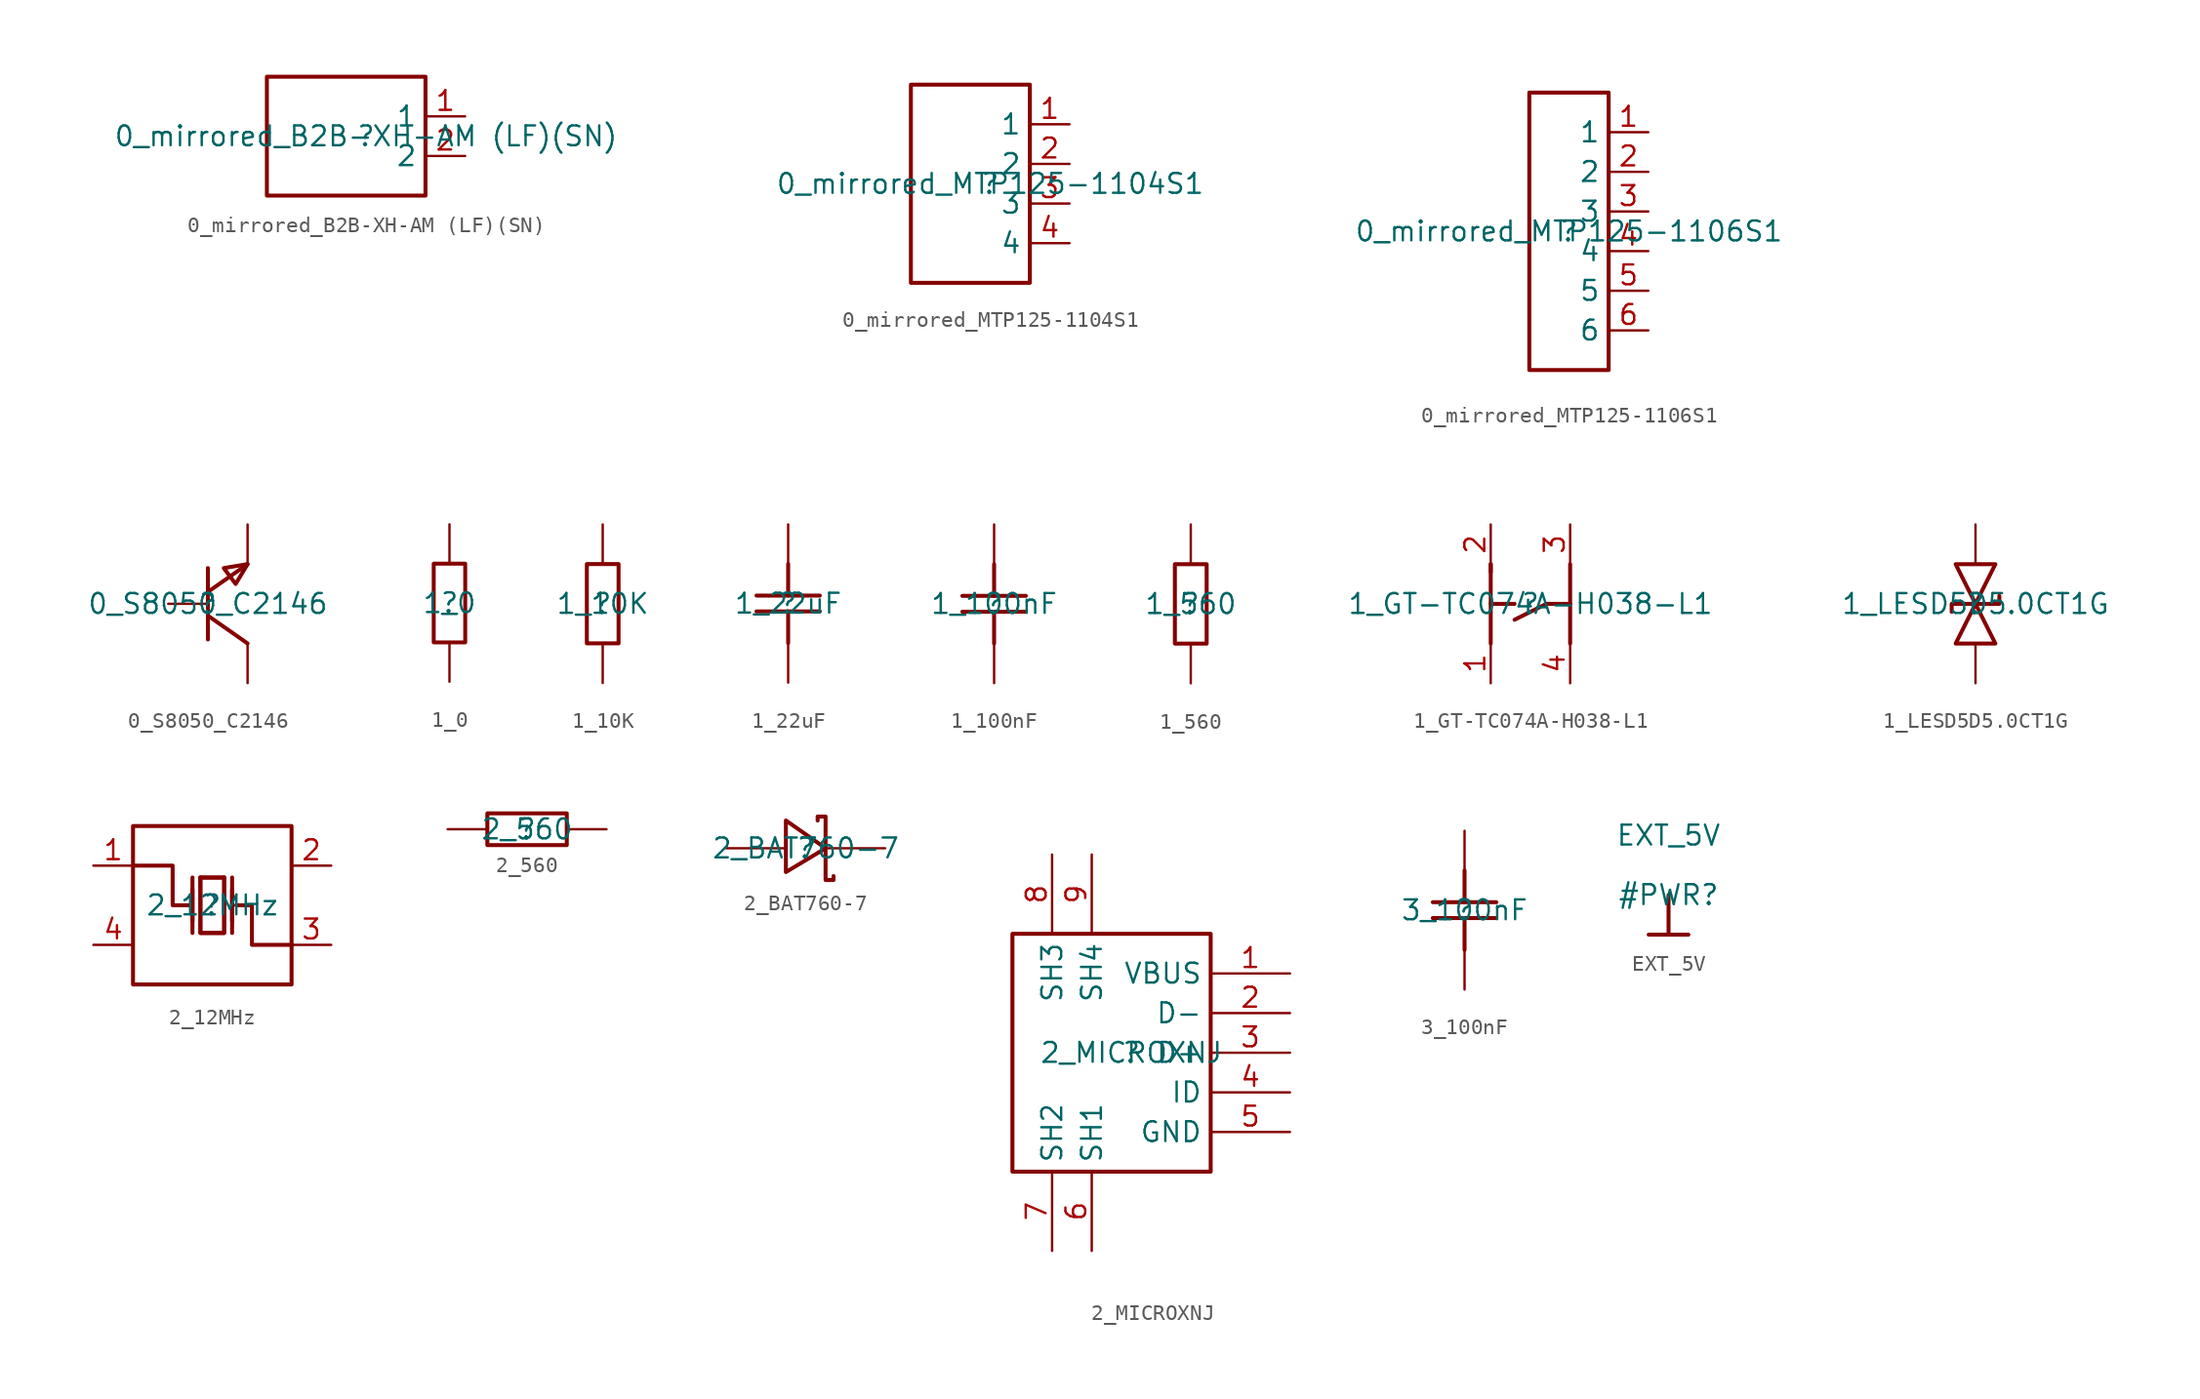
<source format=kicad_sym>
(kicad_symbol_lib
  (version 20220102)
  (generator kicad_symbol_editor)
  (symbol "0_mirrored_B2B-XH-AM (LF)(SN)"
    (property "Reference" ""
      (at 0 0 0)
      (effects (font (size 1.27 1.27))))
    (property "Value" "0_mirrored_B2B-XH-AM (LF)(SN)"
      (at 0 0 0)
      (effects (font (size 1.27 1.27))))
    (symbol "0_mirrored_B2B-XH-AM (LF)(SN)_1_0"
      (rectangle (start 3.81 3.81) (end -6.35 -3.81) (stroke (width 0.254) (type default)) (fill (type none)))
      (pin passive line (at 6.35 1.27 180) (length 2.54) (name "1" (effects (font (size 1.27 1.27)))) (number "1" (effects (font (size 1.27 1.27)))))
      (pin passive line (at 6.35 -1.27 180) (length 2.54) (name "2" (effects (font (size 1.27 1.27)))) (number "2" (effects (font (size 1.27 1.27)))))))
  (symbol "0_mirrored_MTP125-1104S1"
    (property "Reference" ""
      (at 0 0 0)
      (effects (font (size 1.27 1.27))))
    (property "Value" "0_mirrored_MTP125-1104S1"
      (at 0 0 0)
      (effects (font (size 1.27 1.27))))
    (symbol "0_mirrored_MTP125-1104S1_1_0"
      (rectangle (start 2.54 6.35) (end -5.08 -6.35) (stroke (width 0.254) (type default)) (fill (type none)))
      (pin passive line (at 5.08 3.81 180) (length 2.54) (name "1" (effects (font (size 1.27 1.27)))) (number "1" (effects (font (size 1.27 1.27)))))
      (pin passive line (at 5.08 1.27 180) (length 2.54) (name "2" (effects (font (size 1.27 1.27)))) (number "2" (effects (font (size 1.27 1.27)))))
      (pin passive line (at 5.08 -1.27 180) (length 2.54) (name "3" (effects (font (size 1.27 1.27)))) (number "3" (effects (font (size 1.27 1.27)))))
      (pin passive line (at 5.08 -3.81 180) (length 2.54) (name "4" (effects (font (size 1.27 1.27)))) (number "4" (effects (font (size 1.27 1.27)))))))
  (symbol "0_mirrored_MTP125-1106S1"
    (property "Reference" ""
      (at 0 0 0)
      (effects (font (size 1.27 1.27))))
    (property "Value" "0_mirrored_MTP125-1106S1"
      (at 0 0 0)
      (effects (font (size 1.27 1.27))))
    (symbol "0_mirrored_MTP125-1106S1_1_0"
      (rectangle (start 2.54 8.89) (end -2.54 -8.89) (stroke (width 0.254) (type default)) (fill (type none)))
      (pin passive line (at 5.08 6.35 180) (length 2.54) (name "1" (effects (font (size 1.27 1.27)))) (number "1" (effects (font (size 1.27 1.27)))))
      (pin passive line (at 5.08 3.81 180) (length 2.54) (name "2" (effects (font (size 1.27 1.27)))) (number "2" (effects (font (size 1.27 1.27)))))
      (pin passive line (at 5.08 1.27 180) (length 2.54) (name "3" (effects (font (size 1.27 1.27)))) (number "3" (effects (font (size 1.27 1.27)))))
      (pin passive line (at 5.08 -1.27 180) (length 2.54) (name "4" (effects (font (size 1.27 1.27)))) (number "4" (effects (font (size 1.27 1.27)))))
      (pin passive line (at 5.08 -3.81 180) (length 2.54) (name "5" (effects (font (size 1.27 1.27)))) (number "5" (effects (font (size 1.27 1.27)))))
      (pin passive line (at 5.08 -6.35 180) (length 2.54) (name "6" (effects (font (size 1.27 1.27)))) (number "6" (effects (font (size 1.27 1.27)))))))
  (symbol "0_S8050_C2146"
    (property "Reference" ""
      (at 0 0 0)
      (effects (font (size 1.27 1.27))))
    (property "Value" "0_S8050_C2146"
      (at 0 0 0)
      (effects (font (size 1.27 1.27))))
    (symbol "0_S8050_C2146_1_0"
      (polyline (pts (xy 0 -2.286) (xy 0 2.286)) (stroke (width 0.254) (type default)) (fill (type none)))
      (polyline (pts (xy 0 0.762) (xy 2.54 2.54)) (stroke (width 0.254) (type default)) (fill (type none)))
      (polyline (pts (xy 2.54 -2.54) (xy 0 -0.762)) (stroke (width 0.254) (type default)) (fill (type none)))
      (polyline (pts (xy 2.54 2.54) (xy 1.778 1.27) (xy 1.778 1.27) (xy 1.016 2.286) (xy 1.016 2.286) (xy 2.54 2.54)) (stroke (width 0.254) (type default)) (fill (type none)))
      (pin passive line (at -2.54 0 0) (length 2.54) (name "B" (effects (font (size 0 0)))) (number "1" (effects (font (size 0 0)))))
      (pin passive line (at 2.54 5.08 270) (length 2.54) (name "E" (effects (font (size 0 0)))) (number "2" (effects (font (size 0 0)))))
      (pin passive line (at 2.54 -5.08 90) (length 2.54) (name "C" (effects (font (size 0 0)))) (number "3" (effects (font (size 0 0)))))))
  (symbol "1_0"
    (property "Reference" ""
      (at 0 0 0)
      (effects (font (size 1.27 1.27))))
    (property "Value" "1_0"
      (at 0 0 0)
      (effects (font (size 1.27 1.27))))
    (symbol "1_0_1_0"
      (rectangle (start 1.016 2.54) (end -1.016 -2.54) (stroke (width 0.254) (type default)) (fill (type none)))
      (pin passive line (at 0 -5.08 90) (length 2.54) (name "1" (effects (font (size 0 0)))) (number "1" (effects (font (size 0 0)))))
      (pin passive line (at 0 5.08 270) (length 2.54) (name "2" (effects (font (size 0 0)))) (number "2" (effects (font (size 0 0)))))))
  (symbol "1_10K"
    (property "Reference" ""
      (at 0 0 0)
      (effects (font (size 1.27 1.27))))
    (property "Value" "1_10K"
      (at 0 0 0)
      (effects (font (size 1.27 1.27))))
    (symbol "1_10K_1_0"
      (rectangle (start 1.016 2.54) (end -1.016 -2.54) (stroke (width 0.254) (type default)) (fill (type none)))
      (pin passive line (at 0 -5.08 90) (length 2.54) (name "1" (effects (font (size 0 0)))) (number "1" (effects (font (size 0 0)))))
      (pin passive line (at 0 5.08 270) (length 2.54) (name "2" (effects (font (size 0 0)))) (number "2" (effects (font (size 0 0)))))))
  (symbol "1_22uF"
    (property "Reference" ""
      (at 0 0 0)
      (effects (font (size 1.27 1.27))))
    (property "Value" "1_22uF"
      (at 0 0 0)
      (effects (font (size 1.27 1.27))))
    (symbol "1_22uF_1_0"
      (polyline (pts (xy -2.032 0.508) (xy 2.032 0.508)) (stroke (width 0.254) (type default)) (fill (type none)))
      (polyline (pts (xy 0 -0.508) (xy 0 -2.54)) (stroke (width 0.254) (type default)) (fill (type none)))
      (polyline (pts (xy 0 2.54) (xy 0 0.508)) (stroke (width 0.254) (type default)) (fill (type none)))
      (polyline (pts (xy 2.032 -0.508) (xy -2.032 -0.508)) (stroke (width 0.254) (type default)) (fill (type none)))
      (pin passive line (at 0 -5.08 90) (length 2.54) (name "1" (effects (font (size 0 0)))) (number "1" (effects (font (size 0 0)))))
      (pin passive line (at 0 5.08 270) (length 2.54) (name "2" (effects (font (size 0 0)))) (number "2" (effects (font (size 0 0)))))))
  (symbol "1_100nF"
    (property "Reference" ""
      (at 0 0 0)
      (effects (font (size 1.27 1.27))))
    (property "Value" "1_100nF"
      (at 0 0 0)
      (effects (font (size 1.27 1.27))))
    (symbol "1_100nF_1_0"
      (polyline (pts (xy -2.032 0.508) (xy 2.032 0.508)) (stroke (width 0.254) (type default)) (fill (type none)))
      (polyline (pts (xy 0 -0.508) (xy 0 -2.54)) (stroke (width 0.254) (type default)) (fill (type none)))
      (polyline (pts (xy 0 2.54) (xy 0 0.508)) (stroke (width 0.254) (type default)) (fill (type none)))
      (polyline (pts (xy 2.032 -0.508) (xy -2.032 -0.508)) (stroke (width 0.254) (type default)) (fill (type none)))
      (pin passive line (at 0 -5.08 90) (length 2.54) (name "1" (effects (font (size 0 0)))) (number "1" (effects (font (size 0 0)))))
      (pin passive line (at 0 5.08 270) (length 2.54) (name "2" (effects (font (size 0 0)))) (number "2" (effects (font (size 0 0)))))))
  (symbol "1_560"
    (property "Reference" ""
      (at 0 0 0)
      (effects (font (size 1.27 1.27))))
    (property "Value" "1_560"
      (at 0 0 0)
      (effects (font (size 1.27 1.27))))
    (symbol "1_560_1_0"
      (rectangle (start 1.016 2.54) (end -1.016 -2.54) (stroke (width 0.254) (type default)) (fill (type none)))
      (pin passive line (at 0 -5.08 90) (length 2.54) (name "1" (effects (font (size 0 0)))) (number "1" (effects (font (size 0 0)))))
      (pin passive line (at 0 5.08 270) (length 2.54) (name "2" (effects (font (size 0 0)))) (number "2" (effects (font (size 0 0)))))))
  (symbol "1_GT-TC074A-H038-L1"
    (property "Reference" ""
      (at 0 0 0)
      (effects (font (size 1.27 1.27))))
    (property "Value" "1_GT-TC074A-H038-L1"
      (at 0 0 0)
      (effects (font (size 1.27 1.27))))
    (symbol "1_GT-TC074A-H038-L1_1_0"
      (polyline (pts (xy -2.54 -2.54) (xy -2.54 2.54)) (stroke (width 0.254) (type default)) (fill (type none)))
      (polyline (pts (xy -2.54 0) (xy -1.016 0)) (stroke (width 0.254) (type default)) (fill (type none)))
      (polyline (pts (xy -2.54 2.032) (xy -2.54 2.54)) (stroke (width 0.254) (type default)) (fill (type none)))
      (polyline (pts (xy 2.54 -2.54) (xy 2.54 2.54)) (stroke (width 0.254) (type default)) (fill (type none)))
      (polyline (pts (xy 2.54 0) (xy 1.016 0) (xy 1.016 0) (xy -1.016 -1.016)) (stroke (width 0.254) (type default)) (fill (type none)))
      (pin passive line (at -2.54 -5.08 90) (length 2.54) (name "1" (effects (font (size 0 0)))) (number "1" (effects (font (size 1.27 1.27)))))
      (pin passive line (at -2.54 5.08 270) (length 2.54) (name "2" (effects (font (size 0 0)))) (number "2" (effects (font (size 1.27 1.27)))))
      (pin passive line (at 2.54 5.08 270) (length 2.54) (name "3" (effects (font (size 0 0)))) (number "3" (effects (font (size 1.27 1.27)))))
      (pin passive line (at 2.54 -5.08 90) (length 2.54) (name "4" (effects (font (size 0 0)))) (number "4" (effects (font (size 1.27 1.27)))))))
  (symbol "1_LESD5D5.0CT1G"
    (property "Reference" ""
      (at 0 0 0)
      (effects (font (size 1.27 1.27))))
    (property "Value" "1_LESD5D5.0CT1G"
      (at 0 0 0)
      (effects (font (size 1.27 1.27))))
    (symbol "1_LESD5D5.0CT1G_1_0"
      (polyline (pts (xy -1.27 -2.54) (xy 0 0) (xy 0 0) (xy 1.27 -2.54) (xy 1.27 -2.54) (xy -1.27 -2.54)) (stroke (width 0.254) (type default)) (fill (type none)))
      (polyline (pts (xy -1.27 2.54) (xy 0 0) (xy 0 0) (xy 1.27 2.54) (xy 1.27 2.54) (xy -1.27 2.54)) (stroke (width 0.254) (type default)) (fill (type none)))
      (polyline (pts (xy -1.524 -0.508) (xy -1.524 -0.508) (xy -1.524 -0.508) (xy -1.524 0) (xy -1.524 0) (xy 1.524 0) (xy 1.524 0) (xy 1.524 0.508) (xy 1.524 0.508) (xy 1.524 0.508)) (stroke (width 0.254) (type default)) (fill (type none)))
      (pin passive line (at 0 -5.08 90) (length 2.54) (name "1" (effects (font (size 0 0)))) (number "1" (effects (font (size 0 0)))))
      (pin passive line (at 0 5.08 270) (length 2.54) (name "2" (effects (font (size 0 0)))) (number "2" (effects (font (size 0 0)))))))
  (symbol "2_12MHz"
    (property "Reference" ""
      (at 0 0 0)
      (effects (font (size 1.27 1.27))))
    (property "Value" "2_12MHz"
      (at 0 0 0)
      (effects (font (size 1.27 1.27))))
    (symbol "2_12MHz_1_0"
      (polyline (pts (xy -1.27 1.016) (xy -1.27 -1.016)) (stroke (width 0.254) (type default)) (fill (type none)))
      (polyline (pts (xy -1.27 1.778) (xy -1.27 -1.778)) (stroke (width 0.254) (type default)) (fill (type none)))
      (polyline (pts (xy 0.762 1.778) (xy -0.762 1.778)) (stroke (width 0.254) (type default)) (fill (type none)))
      (polyline (pts (xy 1.27 1.016) (xy 1.27 -1.016)) (stroke (width 0.254) (type default)) (fill (type none)))
      (polyline (pts (xy 1.27 1.778) (xy 1.27 -1.778)) (stroke (width 0.254) (type default)) (fill (type none)))
      (polyline (pts (xy -5.08 2.54) (xy -2.54 2.54) (xy -2.54 2.54) (xy -2.54 0) (xy -2.54 0) (xy -1.524 0)) (stroke (width 0.254) (type default)) (fill (type none)))
      (polyline (pts (xy -0.762 1.778) (xy -0.762 -1.778) (xy -0.762 -1.778) (xy 0.762 -1.778) (xy 0.762 -1.778) (xy 0.762 1.778)) (stroke (width 0.254) (type default)) (fill (type none)))
      (polyline (pts (xy 5.08 -2.54) (xy 2.54 -2.54) (xy 2.54 -2.54) (xy 2.54 0) (xy 2.54 0) (xy 1.524 0)) (stroke (width 0.254) (type default)) (fill (type none)))
      (polyline (pts (xy 0.762 -1.778) (xy 0.762 1.778) (xy 0.762 1.778) (xy -0.762 1.778) (xy -0.762 1.778) (xy -0.762 -1.778) (xy -0.762 -1.778) (xy 0.762 -1.778)) (stroke (width 0.254) (type default)) (fill (type none)))
      (rectangle (start 5.08 5.08) (end -5.08 -5.08) (stroke (width 0.254) (type default)) (fill (type none)))
      (pin passive line (at -7.62 2.54 0) (length 2.54) (name "OSC1" (effects (font (size 0 0)))) (number "1" (effects (font (size 1.27 1.27)))))
      (pin passive line (at 7.62 2.54 180) (length 2.54) (name "GND" (effects (font (size 0 0)))) (number "2" (effects (font (size 1.27 1.27)))))
      (pin passive line (at 7.62 -2.54 180) (length 2.54) (name "OSC2" (effects (font (size 0 0)))) (number "3" (effects (font (size 1.27 1.27)))))
      (pin passive line (at -7.62 -2.54 0) (length 2.54) (name "GND" (effects (font (size 0 0)))) (number "4" (effects (font (size 1.27 1.27)))))))
  (symbol "2_560"
    (property "Reference" ""
      (at 0 0 0)
      (effects (font (size 1.27 1.27))))
    (property "Value" "2_560"
      (at 0 0 0)
      (effects (font (size 1.27 1.27))))
    (symbol "2_560_1_0"
      (rectangle (start 2.54 1.016) (end -2.54 -1.016) (stroke (width 0.254) (type default)) (fill (type none)))
      (pin passive line (at 5.08 0 180) (length 2.54) (name "1" (effects (font (size 0 0)))) (number "1" (effects (font (size 0 0)))))
      (pin passive line (at -5.08 0 0) (length 2.54) (name "2" (effects (font (size 0 0)))) (number "2" (effects (font (size 0 0)))))))
  (symbol "2_BAT760-7"
    (property "Reference" ""
      (at 0 0 0)
      (effects (font (size 1.27 1.27))))
    (property "Value" "2_BAT760-7"
      (at 0 0 0)
      (effects (font (size 1.27 1.27))))
    (symbol "2_BAT760-7_1_0"
      (polyline (pts (xy -1.27 -1.524) (xy 1.27 0) (xy 1.27 0) (xy -1.27 1.778) (xy -1.27 1.778) (xy -1.27 -1.524)) (stroke (width 0.254) (type default)) (fill (type none)))
      (polyline (pts (xy 1.778 -1.778) (xy 1.778 -2.032) (xy 1.778 -2.032) (xy 1.27 -2.032) (xy 1.27 -2.032) (xy 1.27 2.032) (xy 1.27 2.032) (xy 0.762 2.032) (xy 0.762 2.032) (xy 0.762 1.778)) (stroke (width 0.254) (type default)) (fill (type none)))
      (pin passive line (at 5.08 0 180) (length 3.81) (name "1" (effects (font (size 0 0)))) (number "1" (effects (font (size 0 0)))))
      (pin passive line (at -5.08 0 0) (length 3.81) (name "2" (effects (font (size 0 0)))) (number "2" (effects (font (size 0 0)))))))
  (symbol "2_MICROXNJ"
    (property "Reference" ""
      (at 0 0 0)
      (effects (font (size 1.27 1.27))))
    (property "Value" "2_MICROXNJ"
      (at 0 0 0)
      (effects (font (size 1.27 1.27))))
    (symbol "2_MICROXNJ_1_0"
      (rectangle (start 5.08 7.62) (end -7.62 -7.62) (stroke (width 0.254) (type default)) (fill (type none)))
      (pin passive line (at 10.16 5.08 180) (length 5.08) (name "VBUS" (effects (font (size 1.27 1.27)))) (number "1" (effects (font (size 1.27 1.27)))))
      (pin passive line (at 10.16 2.54 180) (length 5.08) (name "D-" (effects (font (size 1.27 1.27)))) (number "2" (effects (font (size 1.27 1.27)))))
      (pin passive line (at 10.16 0 180) (length 5.08) (name "D+" (effects (font (size 1.27 1.27)))) (number "3" (effects (font (size 1.27 1.27)))))
      (pin passive line (at 10.16 -2.54 180) (length 5.08) (name "ID" (effects (font (size 1.27 1.27)))) (number "4" (effects (font (size 1.27 1.27)))))
      (pin passive line (at 10.16 -5.08 180) (length 5.08) (name "GND" (effects (font (size 1.27 1.27)))) (number "5" (effects (font (size 1.27 1.27)))))
      (pin passive line (at -2.54 -12.7 90) (length 5.08) (name "SH1" (effects (font (size 1.27 1.27)))) (number "6" (effects (font (size 1.27 1.27)))))
      (pin passive line (at -5.08 -12.7 90) (length 5.08) (name "SH2" (effects (font (size 1.27 1.27)))) (number "7" (effects (font (size 1.27 1.27)))))
      (pin passive line (at -5.08 12.7 270) (length 5.08) (name "SH3" (effects (font (size 1.27 1.27)))) (number "8" (effects (font (size 1.27 1.27)))))
      (pin passive line (at -2.54 12.7 270) (length 5.08) (name "SH4" (effects (font (size 1.27 1.27)))) (number "9" (effects (font (size 1.27 1.27)))))))
  (symbol "3_100nF"
    (property "Reference" ""
      (at 0 0 0)
      (effects (font (size 1.27 1.27))))
    (property "Value" "3_100nF"
      (at 0 0 0)
      (effects (font (size 1.27 1.27))))
    (symbol "3_100nF_1_0"
      (polyline (pts (xy -2.032 0.508) (xy 2.032 0.508)) (stroke (width 0.254) (type default)) (fill (type none)))
      (polyline (pts (xy 0 -2.54) (xy 0 -0.508)) (stroke (width 0.254) (type default)) (fill (type none)))
      (polyline (pts (xy 0 0.508) (xy 0 2.54)) (stroke (width 0.254) (type default)) (fill (type none)))
      (polyline (pts (xy 2.032 -0.508) (xy -2.032 -0.508)) (stroke (width 0.254) (type default)) (fill (type none)))
      (pin passive line (at 0 5.08 270) (length 2.54) (name "1" (effects (font (size 0 0)))) (number "1" (effects (font (size 0 0)))))
      (pin passive line (at 0 -5.08 90) (length 2.54) (name "2" (effects (font (size 0 0)))) (number "2" (effects (font (size 0 0)))))))
  (symbol "EXT_5V"
    (power)
    (property "Reference" "#PWR"
      (at 0 0 0)
      (effects (font (size 1.27 1.27))))
    (property "Value" "EXT_5V"
      (at 0 3.81 0)
      (effects (font (size 1.27 1.27))))
    (symbol "EXT_5V_0_0"
      (polyline (pts (xy -1.27 -2.54) (xy 1.27 -2.54)) (stroke (width 0.254) (type default)) (fill (type none)))
      (polyline (pts (xy 0 0) (xy 0 -2.54)) (stroke (width 0.254) (type default)) (fill (type none)))
      (pin power_in line (at 0 0 0) (length 0) hide (name "EXT_5V" (effects (font (size 1.27 1.27)))) (number "" (effects (font (size 1.27 1.27))))))))
</source>
